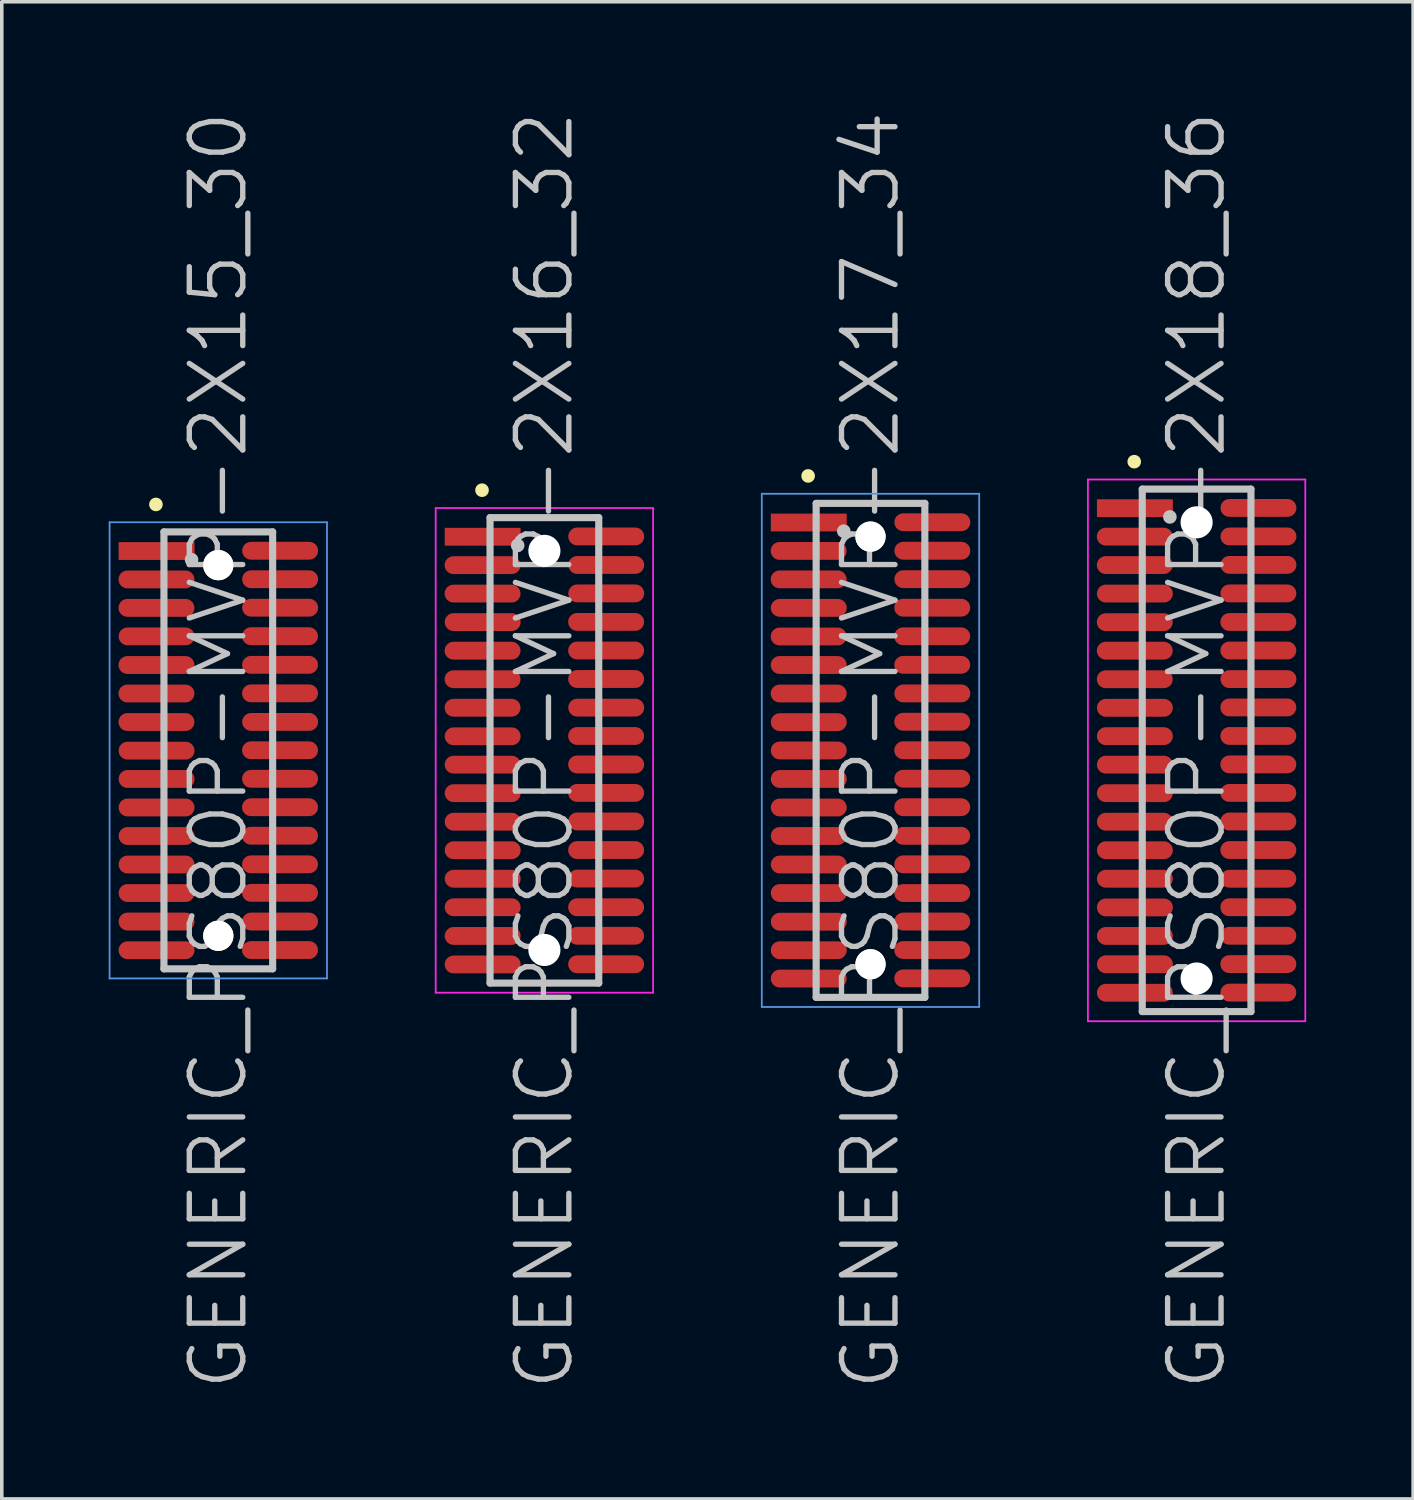
<source format=kicad_pcb>
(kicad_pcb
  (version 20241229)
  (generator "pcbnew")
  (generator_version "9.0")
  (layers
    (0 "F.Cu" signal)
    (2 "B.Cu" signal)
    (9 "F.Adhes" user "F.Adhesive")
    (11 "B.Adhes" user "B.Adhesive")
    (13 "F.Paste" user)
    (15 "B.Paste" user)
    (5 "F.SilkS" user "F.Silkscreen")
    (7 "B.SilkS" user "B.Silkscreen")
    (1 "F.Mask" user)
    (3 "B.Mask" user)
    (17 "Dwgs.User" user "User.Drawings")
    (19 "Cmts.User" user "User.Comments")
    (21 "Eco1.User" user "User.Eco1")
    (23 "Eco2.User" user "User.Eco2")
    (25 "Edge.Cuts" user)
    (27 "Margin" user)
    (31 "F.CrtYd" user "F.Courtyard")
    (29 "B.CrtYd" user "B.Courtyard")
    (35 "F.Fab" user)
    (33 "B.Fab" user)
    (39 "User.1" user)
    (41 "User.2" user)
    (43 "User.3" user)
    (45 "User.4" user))
  (footprint "GENERIC_PS80P-MVP-2X15_30"
    (layer "F.Cu")
    (at 3.075 18.004)
    (property "Reference" "GENERIC_PS80P-MVP-2X15_30" (at 0 0 90) (layer "Dwgs.User") (effects (font (size 1.5 1.5) (thickness 0.15))))
    (attr smd)
    (fp_line (start -1.75 -6.9) (end -1.75 -6.9) (stroke (width 0.381) (type solid)) (layer "F.SilkS"))
    (fp_line (start -1.525 -6.13) (end -1.525 6.13) (stroke (width 0.2) (type solid)) (layer "Dwgs.User"))
    (fp_line (start -1.525 -6.13) (end 1.525 -6.13) (stroke (width 0.2) (type solid)) (layer "Dwgs.User"))
    (fp_line (start -1.525 6.13) (end 1.525 6.13) (stroke (width 0.2) (type solid)) (layer "Dwgs.User"))
    (fp_line (start -0.75 -5.35) (end -0.75 -5.35) (stroke (width 0.381) (type solid)) (layer "Dwgs.User"))
    (fp_line (start 1.525 -6.13) (end 1.525 6.13) (stroke (width 0.2) (type solid)) (layer "Dwgs.User"))
    (fp_line (start -3.05 -6.4) (end -3.05 6.4) (stroke (width 0.05) (type solid)) (layer "Cmts.User"))
    (fp_line (start -3.05 -6.4) (end 3.05 -6.4) (stroke (width 0.05) (type solid)) (layer "Cmts.User"))
    (fp_line (start -3.05 6.4) (end 3.05 6.4) (stroke (width 0.05) (type solid)) (layer "Cmts.User"))
    (fp_line (start 3.05 -6.4) (end 3.05 6.4) (stroke (width 0.05) (type solid)) (layer "Cmts.User"))
    (pad "" np_thru_hole circle (at 0 -5.197 270) (size 0.848 0.848) (drill 0.848) (layers "*.Cu" "*.Mask" "F.SilkS"))
    (pad "" np_thru_hole circle (at 0 5.202 270) (size 0.848 0.848) (drill 0.848) (layers "*.Cu" "*.Mask" "F.SilkS"))
    (pad "1" smd rect (at -1.732 -5.593 270) (size 0.5 2.13) (layers "F.Cu" "F.Mask" "F.Paste"))
    (pad "2" smd oval (at 1.735 -5.601 270) (size 0.5 2.13) (layers "F.Cu" "F.Mask" "F.Paste"))
    (pad "3" smd oval (at -1.735 -4.796 270) (size 0.5 2.13) (layers "F.Cu" "F.Mask" "F.Paste"))
    (pad "4" smd oval (at 1.735 -4.801 270) (size 0.5 2.13) (layers "F.Cu" "F.Mask" "F.Paste"))
    (pad "5" smd oval (at -1.735 -3.998 270) (size 0.5 2.13) (layers "F.Cu" "F.Mask" "F.Paste"))
    (pad "6" smd oval (at 1.735 -4.003 270) (size 0.5 2.13) (layers "F.Cu" "F.Mask" "F.Paste"))
    (pad "7" smd oval (at -1.732 -3.198 270) (size 0.5 2.13) (layers "F.Cu" "F.Mask" "F.Paste"))
    (pad "8" smd oval (at 1.732 -3.203 270) (size 0.5 2.13) (layers "F.Cu" "F.Mask" "F.Paste"))
    (pad "9" smd oval (at -1.735 -2.395 270) (size 0.5 2.13) (layers "F.Cu" "F.Mask" "F.Paste"))
    (pad "10" smd oval (at 1.732 -2.4 270) (size 0.5 2.13) (layers "F.Cu" "F.Mask" "F.Paste"))
    (pad "11" smd oval (at -1.735 -1.595 270) (size 0.5 2.13) (layers "F.Cu" "F.Mask" "F.Paste"))
    (pad "12" smd oval (at 1.732 -1.6 270) (size 0.5 2.13) (layers "F.Cu" "F.Mask" "F.Paste"))
    (pad "13" smd oval (at -1.735 -0.795 270) (size 0.5 2.13) (layers "F.Cu" "F.Mask" "F.Paste"))
    (pad "14" smd oval (at 1.735 -0.798 270) (size 0.5 2.13) (layers "F.Cu" "F.Mask" "F.Paste"))
    (pad "15" smd oval (at -1.732 0.008 270) (size 0.5 2.13) (layers "F.Cu" "F.Mask" "F.Paste"))
    (pad "16" smd oval (at 1.732 -0.003 270) (size 0.5 2.13) (layers "F.Cu" "F.Mask" "F.Paste"))
    (pad "17" smd oval (at -1.732 0.803 270) (size 0.5 2.13) (layers "F.Cu" "F.Mask" "F.Paste"))
    (pad "18" smd oval (at 1.732 0.798 270) (size 0.5 2.13) (layers "F.Cu" "F.Mask" "F.Paste"))
    (pad "19" smd oval (at -1.732 1.603 270) (size 0.5 2.13) (layers "F.Cu" "F.Mask" "F.Paste"))
    (pad "20" smd oval (at 1.732 1.595 270) (size 0.5 2.13) (layers "F.Cu" "F.Mask" "F.Paste"))
    (pad "21" smd oval (at -1.732 2.403 270) (size 0.5 2.13) (layers "F.Cu" "F.Mask" "F.Paste"))
    (pad "22" smd oval (at 1.732 2.395 270) (size 0.5 2.13) (layers "F.Cu" "F.Mask" "F.Paste"))
    (pad "23" smd oval (at -1.732 3.203 270) (size 0.5 2.13) (layers "F.Cu" "F.Mask" "F.Paste"))
    (pad "24" smd oval (at 1.732 3.198 270) (size 0.5 2.13) (layers "F.Cu" "F.Mask" "F.Paste"))
    (pad "25" smd oval (at -1.732 4.003 270) (size 0.5 2.13) (layers "F.Cu" "F.Mask" "F.Paste"))
    (pad "26" smd oval (at 1.732 3.998 270) (size 0.5 2.13) (layers "F.Cu" "F.Mask" "F.Paste"))
    (pad "27" smd oval (at -1.732 4.803 270) (size 0.5 2.13) (layers "F.Cu" "F.Mask" "F.Paste"))
    (pad "28" smd oval (at 1.732 4.803 270) (size 0.5 2.13) (layers "F.Cu" "F.Mask" "F.Paste"))
    (pad "29" smd oval (at -1.732 5.608 270) (size 0.5 2.13) (layers "F.Cu" "F.Mask" "F.Paste"))
    (pad "30" smd oval (at 1.732 5.603 270) (size 0.5 2.13) (layers "F.Cu" "F.Mask" "F.Paste")))
  (footprint "GENERIC_PS80P-MVP-2X17_34"
    (layer "F.Cu")
    (at 21.375 18.004)
    (property "Reference" "GENERIC_PS80P-MVP-2X17_34" (at 0 0 90) (layer "Dwgs.User") (effects (font (size 1.5 1.5) (thickness 0.15))))
    (attr smd)
    (fp_line (start -1.75 -7.7) (end -1.75 -7.7) (stroke (width 0.381) (type solid)) (layer "F.SilkS"))
    (fp_line (start -1.525 -6.93) (end -1.525 6.93) (stroke (width 0.2) (type solid)) (layer "Dwgs.User"))
    (fp_line (start -1.525 -6.93) (end 1.525 -6.93) (stroke (width 0.2) (type solid)) (layer "Dwgs.User"))
    (fp_line (start -1.525 6.93) (end 1.525 6.93) (stroke (width 0.2) (type solid)) (layer "Dwgs.User"))
    (fp_line (start -0.75 -6.15) (end -0.75 -6.15) (stroke (width 0.381) (type solid)) (layer "Dwgs.User"))
    (fp_line (start 1.525 -6.93) (end 1.525 6.93) (stroke (width 0.2) (type solid)) (layer "Dwgs.User"))
    (fp_line (start -3.05 -7.2) (end -3.05 7.2) (stroke (width 0.05) (type solid)) (layer "Cmts.User"))
    (fp_line (start -3.05 -7.2) (end 3.05 -7.2) (stroke (width 0.05) (type solid)) (layer "Cmts.User"))
    (fp_line (start -3.05 7.2) (end 3.05 7.2) (stroke (width 0.05) (type solid)) (layer "Cmts.User"))
    (fp_line (start 3.05 -7.2) (end 3.05 7.2) (stroke (width 0.05) (type solid)) (layer "Cmts.User"))
    (pad "" np_thru_hole circle (at 0 -5.997 270) (size 0.848 0.848) (drill 0.848) (layers "*.Cu" "*.Mask" "F.SilkS"))
    (pad "" np_thru_hole circle (at 0 6.002 270) (size 0.848 0.848) (drill 0.848) (layers "*.Cu" "*.Mask" "F.SilkS"))
    (pad "1" smd rect (at -1.732 -6.393 270) (size 0.5 2.13) (layers "F.Cu" "F.Mask" "F.Paste"))
    (pad "2" smd oval (at 1.735 -6.401 270) (size 0.5 2.13) (layers "F.Cu" "F.Mask" "F.Paste"))
    (pad "3" smd oval (at -1.735 -5.596 270) (size 0.5 2.13) (layers "F.Cu" "F.Mask" "F.Paste"))
    (pad "4" smd oval (at 1.735 -5.601 270) (size 0.5 2.13) (layers "F.Cu" "F.Mask" "F.Paste"))
    (pad "5" smd oval (at -1.735 -4.798 270) (size 0.5 2.13) (layers "F.Cu" "F.Mask" "F.Paste"))
    (pad "6" smd oval (at 1.735 -4.803 270) (size 0.5 2.13) (layers "F.Cu" "F.Mask" "F.Paste"))
    (pad "7" smd oval (at -1.732 -3.998 270) (size 0.5 2.13) (layers "F.Cu" "F.Mask" "F.Paste"))
    (pad "8" smd oval (at 1.732 -4.003 270) (size 0.5 2.13) (layers "F.Cu" "F.Mask" "F.Paste"))
    (pad "9" smd oval (at -1.735 -3.195 270) (size 0.5 2.13) (layers "F.Cu" "F.Mask" "F.Paste"))
    (pad "10" smd oval (at 1.732 -3.2 270) (size 0.5 2.13) (layers "F.Cu" "F.Mask" "F.Paste"))
    (pad "11" smd oval (at -1.735 -2.395 270) (size 0.5 2.13) (layers "F.Cu" "F.Mask" "F.Paste"))
    (pad "12" smd oval (at 1.732 -2.4 270) (size 0.5 2.13) (layers "F.Cu" "F.Mask" "F.Paste"))
    (pad "13" smd oval (at -1.735 -1.595 270) (size 0.5 2.13) (layers "F.Cu" "F.Mask" "F.Paste"))
    (pad "14" smd oval (at 1.735 -1.598 270) (size 0.5 2.13) (layers "F.Cu" "F.Mask" "F.Paste"))
    (pad "15" smd oval (at -1.732 -0.792 270) (size 0.5 2.13) (layers "F.Cu" "F.Mask" "F.Paste"))
    (pad "16" smd oval (at 1.732 -0.803 270) (size 0.5 2.13) (layers "F.Cu" "F.Mask" "F.Paste"))
    (pad "17" smd oval (at -1.732 0.003 270) (size 0.5 2.13) (layers "F.Cu" "F.Mask" "F.Paste"))
    (pad "18" smd oval (at 1.732 -0.003 270) (size 0.5 2.13) (layers "F.Cu" "F.Mask" "F.Paste"))
    (pad "19" smd oval (at -1.732 0.803 270) (size 0.5 2.13) (layers "F.Cu" "F.Mask" "F.Paste"))
    (pad "20" smd oval (at 1.732 0.795 270) (size 0.5 2.13) (layers "F.Cu" "F.Mask" "F.Paste"))
    (pad "21" smd oval (at -1.732 1.603 270) (size 0.5 2.13) (layers "F.Cu" "F.Mask" "F.Paste"))
    (pad "22" smd oval (at 1.732 1.595 270) (size 0.5 2.13) (layers "F.Cu" "F.Mask" "F.Paste"))
    (pad "23" smd oval (at -1.732 2.403 270) (size 0.5 2.13) (layers "F.Cu" "F.Mask" "F.Paste"))
    (pad "24" smd oval (at 1.732 2.398 270) (size 0.5 2.13) (layers "F.Cu" "F.Mask" "F.Paste"))
    (pad "25" smd oval (at -1.732 3.203 270) (size 0.5 2.13) (layers "F.Cu" "F.Mask" "F.Paste"))
    (pad "26" smd oval (at 1.732 3.198 270) (size 0.5 2.13) (layers "F.Cu" "F.Mask" "F.Paste"))
    (pad "27" smd oval (at -1.732 4.003 270) (size 0.5 2.13) (layers "F.Cu" "F.Mask" "F.Paste"))
    (pad "28" smd oval (at 1.732 4.003 270) (size 0.5 2.13) (layers "F.Cu" "F.Mask" "F.Paste"))
    (pad "29" smd oval (at -1.732 4.808 270) (size 0.5 2.13) (layers "F.Cu" "F.Mask" "F.Paste"))
    (pad "30" smd oval (at 1.732 4.803 270) (size 0.5 2.13) (layers "F.Cu" "F.Mask" "F.Paste"))
    (pad "31" smd oval (at -1.732 5.608 270) (size 0.5 2.13) (layers "F.Cu" "F.Mask" "F.Paste"))
    (pad "32" smd oval (at 1.732 5.603 270) (size 0.5 2.13) (layers "F.Cu" "F.Mask" "F.Paste"))
    (pad "33" smd oval (at -1.732 6.403 270) (size 0.5 2.13) (layers "F.Cu" "F.Mask" "F.Paste"))
    (pad "34" smd oval (at 1.732 6.398 270) (size 0.5 2.13) (layers "F.Cu" "F.Mask" "F.Paste")))
  (footprint "GENERIC_PS80P-MVP-2X16_32"
    (layer "F.Cu")
    (at 12.225 18.004)
    (property "Reference" "GENERIC_PS80P-MVP-2X16_32" (at 0 0 90) (layer "Dwgs.User") (effects (font (size 1.5 1.5) (thickness 0.15))))
    (attr smd)
    (fp_line (start -1.75 -7.3) (end -1.75 -7.3) (stroke (width 0.381) (type solid)) (layer "F.SilkS"))
    (fp_line (start -1.525 -6.53) (end -1.525 6.53) (stroke (width 0.2) (type solid)) (layer "Dwgs.User"))
    (fp_line (start -1.525 -6.53) (end 1.525 -6.53) (stroke (width 0.2) (type solid)) (layer "Dwgs.User"))
    (fp_line (start -1.525 6.53) (end 1.525 6.53) (stroke (width 0.2) (type solid)) (layer "Dwgs.User"))
    (fp_line (start -0.75 -5.75) (end -0.75 -5.75) (stroke (width 0.381) (type solid)) (layer "Dwgs.User"))
    (fp_line (start 1.525 -6.53) (end 1.525 6.53) (stroke (width 0.2) (type solid)) (layer "Dwgs.User"))
    (fp_line (start -3.05 -6.8) (end -3.05 6.8) (stroke (width 0.05) (type solid)) (layer "F.CrtYd"))
    (fp_line (start -3.05 -6.8) (end 3.05 -6.8) (stroke (width 0.05) (type solid)) (layer "F.CrtYd"))
    (fp_line (start -3.05 6.8) (end 3.05 6.8) (stroke (width 0.05) (type solid)) (layer "F.CrtYd"))
    (fp_line (start 3.05 -6.8) (end 3.05 6.8) (stroke (width 0.05) (type solid)) (layer "F.CrtYd"))
    (pad "" np_thru_hole circle (at 0 -5.598 270) (size 0.9 0.9) (drill 0.9) (layers "*.Cu" "*.Mask"))
    (pad "" np_thru_hole circle (at 0 5.601 270) (size 0.9 0.9) (drill 0.9) (layers "*.Cu" "*.Mask"))
    (pad "1" smd rect (at -1.732 -5.994 270) (size 0.5 2.13) (layers "F.Cu" "F.Mask" "F.Paste"))
    (pad "2" smd oval (at 1.735 -6.002 270) (size 0.5 2.13) (layers "F.Cu" "F.Mask" "F.Paste"))
    (pad "3" smd oval (at -1.735 -5.197 270) (size 0.5 2.13) (layers "F.Cu" "F.Mask" "F.Paste"))
    (pad "4" smd oval (at 1.735 -5.202 270) (size 0.5 2.13) (layers "F.Cu" "F.Mask" "F.Paste"))
    (pad "5" smd oval (at -1.735 -4.399 270) (size 0.5 2.13) (layers "F.Cu" "F.Mask" "F.Paste"))
    (pad "6" smd oval (at 1.735 -4.404 270) (size 0.5 2.13) (layers "F.Cu" "F.Mask" "F.Paste"))
    (pad "7" smd oval (at -1.732 -3.599 270) (size 0.5 2.13) (layers "F.Cu" "F.Mask" "F.Paste"))
    (pad "8" smd oval (at 1.732 -3.604 270) (size 0.5 2.13) (layers "F.Cu" "F.Mask" "F.Paste"))
    (pad "9" smd oval (at -1.735 -2.797 270) (size 0.5 2.13) (layers "F.Cu" "F.Mask" "F.Paste"))
    (pad "10" smd oval (at 1.732 -2.802 270) (size 0.5 2.13) (layers "F.Cu" "F.Mask" "F.Paste"))
    (pad "11" smd oval (at -1.735 -1.996 270) (size 0.5 2.13) (layers "F.Cu" "F.Mask" "F.Paste"))
    (pad "12" smd oval (at 1.732 -2.002 270) (size 0.5 2.13) (layers "F.Cu" "F.Mask" "F.Paste"))
    (pad "13" smd oval (at -1.735 -1.196 270) (size 0.5 2.13) (layers "F.Cu" "F.Mask" "F.Paste"))
    (pad "14" smd oval (at 1.735 -1.199 270) (size 0.5 2.13) (layers "F.Cu" "F.Mask" "F.Paste"))
    (pad "15" smd oval (at -1.732 -0.394 270) (size 0.5 2.13) (layers "F.Cu" "F.Mask" "F.Paste"))
    (pad "16" smd oval (at 1.732 -0.404 270) (size 0.5 2.13) (layers "F.Cu" "F.Mask" "F.Paste"))
    (pad "17" smd oval (at -1.732 0.401 270) (size 0.5 2.13) (layers "F.Cu" "F.Mask" "F.Paste"))
    (pad "18" smd oval (at 1.732 0.396 270) (size 0.5 2.13) (layers "F.Cu" "F.Mask" "F.Paste"))
    (pad "19" smd oval (at -1.732 1.201 270) (size 0.5 2.13) (layers "F.Cu" "F.Mask" "F.Paste"))
    (pad "20" smd oval (at 1.732 1.194 270) (size 0.5 2.13) (layers "F.Cu" "F.Mask" "F.Paste"))
    (pad "21" smd oval (at -1.732 2.002 270) (size 0.5 2.13) (layers "F.Cu" "F.Mask" "F.Paste"))
    (pad "22" smd oval (at 1.732 1.994 270) (size 0.5 2.13) (layers "F.Cu" "F.Mask" "F.Paste"))
    (pad "23" smd oval (at -1.732 2.802 270) (size 0.5 2.13) (layers "F.Cu" "F.Mask" "F.Paste"))
    (pad "24" smd oval (at 1.732 2.797 270) (size 0.5 2.13) (layers "F.Cu" "F.Mask" "F.Paste"))
    (pad "25" smd oval (at -1.732 3.602 270) (size 0.5 2.13) (layers "F.Cu" "F.Mask" "F.Paste"))
    (pad "26" smd oval (at 1.732 3.597 270) (size 0.5 2.13) (layers "F.Cu" "F.Mask" "F.Paste"))
    (pad "27" smd oval (at -1.732 4.402 270) (size 0.5 2.13) (layers "F.Cu" "F.Mask" "F.Paste"))
    (pad "28" smd oval (at 1.732 4.402 270) (size 0.5 2.13) (layers "F.Cu" "F.Mask" "F.Paste"))
    (pad "29" smd oval (at -1.732 5.207 270) (size 0.5 2.13) (layers "F.Cu" "F.Mask" "F.Paste"))
    (pad "30" smd oval (at 1.732 5.202 270) (size 0.5 2.13) (layers "F.Cu" "F.Mask" "F.Paste"))
    (pad "31" smd oval (at -1.732 6.007 270) (size 0.5 2.13) (layers "F.Cu" "F.Mask" "F.Paste"))
    (pad "32" smd oval (at 1.732 6.002 270) (size 0.5 2.13) (layers "F.Cu" "F.Mask" "F.Paste")))
  (footprint "GENERIC_PS80P-MVP-2X18_36"
    (layer "F.Cu")
    (at 30.525 18.004)
    (property "Reference" "GENERIC_PS80P-MVP-2X18_36" (at 0 0 90) (layer "Dwgs.User") (effects (font (size 1.5 1.5) (thickness 0.15))))
    (attr smd)
    (fp_line (start -1.75 -8.1) (end -1.75 -8.1) (stroke (width 0.381) (type solid)) (layer "F.SilkS"))
    (fp_line (start -1.525 -7.33) (end -1.525 7.33) (stroke (width 0.2) (type solid)) (layer "Dwgs.User"))
    (fp_line (start -1.525 -7.33) (end 1.525 -7.33) (stroke (width 0.2) (type solid)) (layer "Dwgs.User"))
    (fp_line (start -1.525 7.33) (end 1.525 7.33) (stroke (width 0.2) (type solid)) (layer "Dwgs.User"))
    (fp_line (start -0.75 -6.55) (end -0.75 -6.55) (stroke (width 0.381) (type solid)) (layer "Dwgs.User"))
    (fp_line (start 1.525 -7.33) (end 1.525 7.33) (stroke (width 0.2) (type solid)) (layer "Dwgs.User"))
    (fp_line (start -3.05 -7.6) (end -3.05 7.6) (stroke (width 0.05) (type solid)) (layer "F.CrtYd"))
    (fp_line (start -3.05 -7.6) (end 3.05 -7.6) (stroke (width 0.05) (type solid)) (layer "F.CrtYd"))
    (fp_line (start -3.05 7.6) (end 3.05 7.6) (stroke (width 0.05) (type solid)) (layer "F.CrtYd"))
    (fp_line (start 3.05 -7.6) (end 3.05 7.6) (stroke (width 0.05) (type solid)) (layer "F.CrtYd"))
    (pad "" np_thru_hole circle (at 0 -6.398 270) (size 0.9 0.9) (drill 0.9) (layers "*.Cu" "*.Mask"))
    (pad "" np_thru_hole circle (at 0 6.401 270) (size 0.9 0.9) (drill 0.9) (layers "*.Cu" "*.Mask"))
    (pad "1" smd rect (at -1.732 -6.795 270) (size 0.5 2.13) (layers "F.Cu" "F.Mask" "F.Paste"))
    (pad "2" smd oval (at 1.735 -6.802 270) (size 0.5 2.13) (layers "F.Cu" "F.Mask" "F.Paste"))
    (pad "3" smd oval (at -1.735 -5.997 270) (size 0.5 2.13) (layers "F.Cu" "F.Mask" "F.Paste"))
    (pad "4" smd oval (at 1.735 -6.002 270) (size 0.5 2.13) (layers "F.Cu" "F.Mask" "F.Paste"))
    (pad "5" smd oval (at -1.735 -5.199 270) (size 0.5 2.13) (layers "F.Cu" "F.Mask" "F.Paste"))
    (pad "6" smd oval (at 1.735 -5.204 270) (size 0.5 2.13) (layers "F.Cu" "F.Mask" "F.Paste"))
    (pad "7" smd oval (at -1.732 -4.399 270) (size 0.5 2.13) (layers "F.Cu" "F.Mask" "F.Paste"))
    (pad "8" smd oval (at 1.732 -4.404 270) (size 0.5 2.13) (layers "F.Cu" "F.Mask" "F.Paste"))
    (pad "9" smd oval (at -1.735 -3.597 270) (size 0.5 2.13) (layers "F.Cu" "F.Mask" "F.Paste"))
    (pad "10" smd oval (at 1.732 -3.602 270) (size 0.5 2.13) (layers "F.Cu" "F.Mask" "F.Paste"))
    (pad "11" smd oval (at -1.735 -2.797 270) (size 0.5 2.13) (layers "F.Cu" "F.Mask" "F.Paste"))
    (pad "12" smd oval (at 1.732 -2.802 270) (size 0.5 2.13) (layers "F.Cu" "F.Mask" "F.Paste"))
    (pad "13" smd oval (at -1.735 -1.996 270) (size 0.5 2.13) (layers "F.Cu" "F.Mask" "F.Paste"))
    (pad "14" smd oval (at 1.735 -1.999 270) (size 0.5 2.13) (layers "F.Cu" "F.Mask" "F.Paste"))
    (pad "15" smd oval (at -1.732 -1.194 270) (size 0.5 2.13) (layers "F.Cu" "F.Mask" "F.Paste"))
    (pad "16" smd oval (at 1.732 -1.204 270) (size 0.5 2.13) (layers "F.Cu" "F.Mask" "F.Paste"))
    (pad "17" smd oval (at -1.732 -0.399 270) (size 0.5 2.13) (layers "F.Cu" "F.Mask" "F.Paste"))
    (pad "18" smd oval (at 1.732 -0.404 270) (size 0.5 2.13) (layers "F.Cu" "F.Mask" "F.Paste"))
    (pad "19" smd oval (at -1.732 0.401 270) (size 0.5 2.13) (layers "F.Cu" "F.Mask" "F.Paste"))
    (pad "20" smd oval (at 1.732 0.394 270) (size 0.5 2.13) (layers "F.Cu" "F.Mask" "F.Paste"))
    (pad "21" smd oval (at -1.732 1.201 270) (size 0.5 2.13) (layers "F.Cu" "F.Mask" "F.Paste"))
    (pad "22" smd oval (at 1.732 1.194 270) (size 0.5 2.13) (layers "F.Cu" "F.Mask" "F.Paste"))
    (pad "23" smd oval (at -1.732 2.002 270) (size 0.5 2.13) (layers "F.Cu" "F.Mask" "F.Paste"))
    (pad "24" smd oval (at 1.732 1.996 270) (size 0.5 2.13) (layers "F.Cu" "F.Mask" "F.Paste"))
    (pad "25" smd oval (at -1.732 2.802 270) (size 0.5 2.13) (layers "F.Cu" "F.Mask" "F.Paste"))
    (pad "26" smd oval (at 1.732 2.797 270) (size 0.5 2.13) (layers "F.Cu" "F.Mask" "F.Paste"))
    (pad "27" smd oval (at -1.732 3.602 270) (size 0.5 2.13) (layers "F.Cu" "F.Mask" "F.Paste"))
    (pad "28" smd oval (at 1.732 3.602 270) (size 0.5 2.13) (layers "F.Cu" "F.Mask" "F.Paste"))
    (pad "29" smd oval (at -1.732 4.407 270) (size 0.5 2.13) (layers "F.Cu" "F.Mask" "F.Paste"))
    (pad "30" smd oval (at 1.732 4.402 270) (size 0.5 2.13) (layers "F.Cu" "F.Mask" "F.Paste"))
    (pad "31" smd oval (at -1.732 5.207 270) (size 0.5 2.13) (layers "F.Cu" "F.Mask" "F.Paste"))
    (pad "32" smd oval (at 1.732 5.202 270) (size 0.5 2.13) (layers "F.Cu" "F.Mask" "F.Paste"))
    (pad "33" smd oval (at -1.732 6.002 270) (size 0.5 2.13) (layers "F.Cu" "F.Mask" "F.Paste"))
    (pad "34" smd oval (at 1.732 5.997 270) (size 0.5 2.13) (layers "F.Cu" "F.Mask" "F.Paste"))
    (pad "35" smd oval (at -1.732 6.802 270) (size 0.5 2.13) (layers "F.Cu" "F.Mask" "F.Paste"))
    (pad "36" smd oval (at 1.732 6.797 270) (size 0.5 2.13) (layers "F.Cu" "F.Mask" "F.Paste")))
  (gr_rect
    (start -3 -3)
    (end 36.6 39.007)
    (stroke (width 0.1) (type default))
    (fill no)
    (layer "Edge.Cuts")))
</source>
